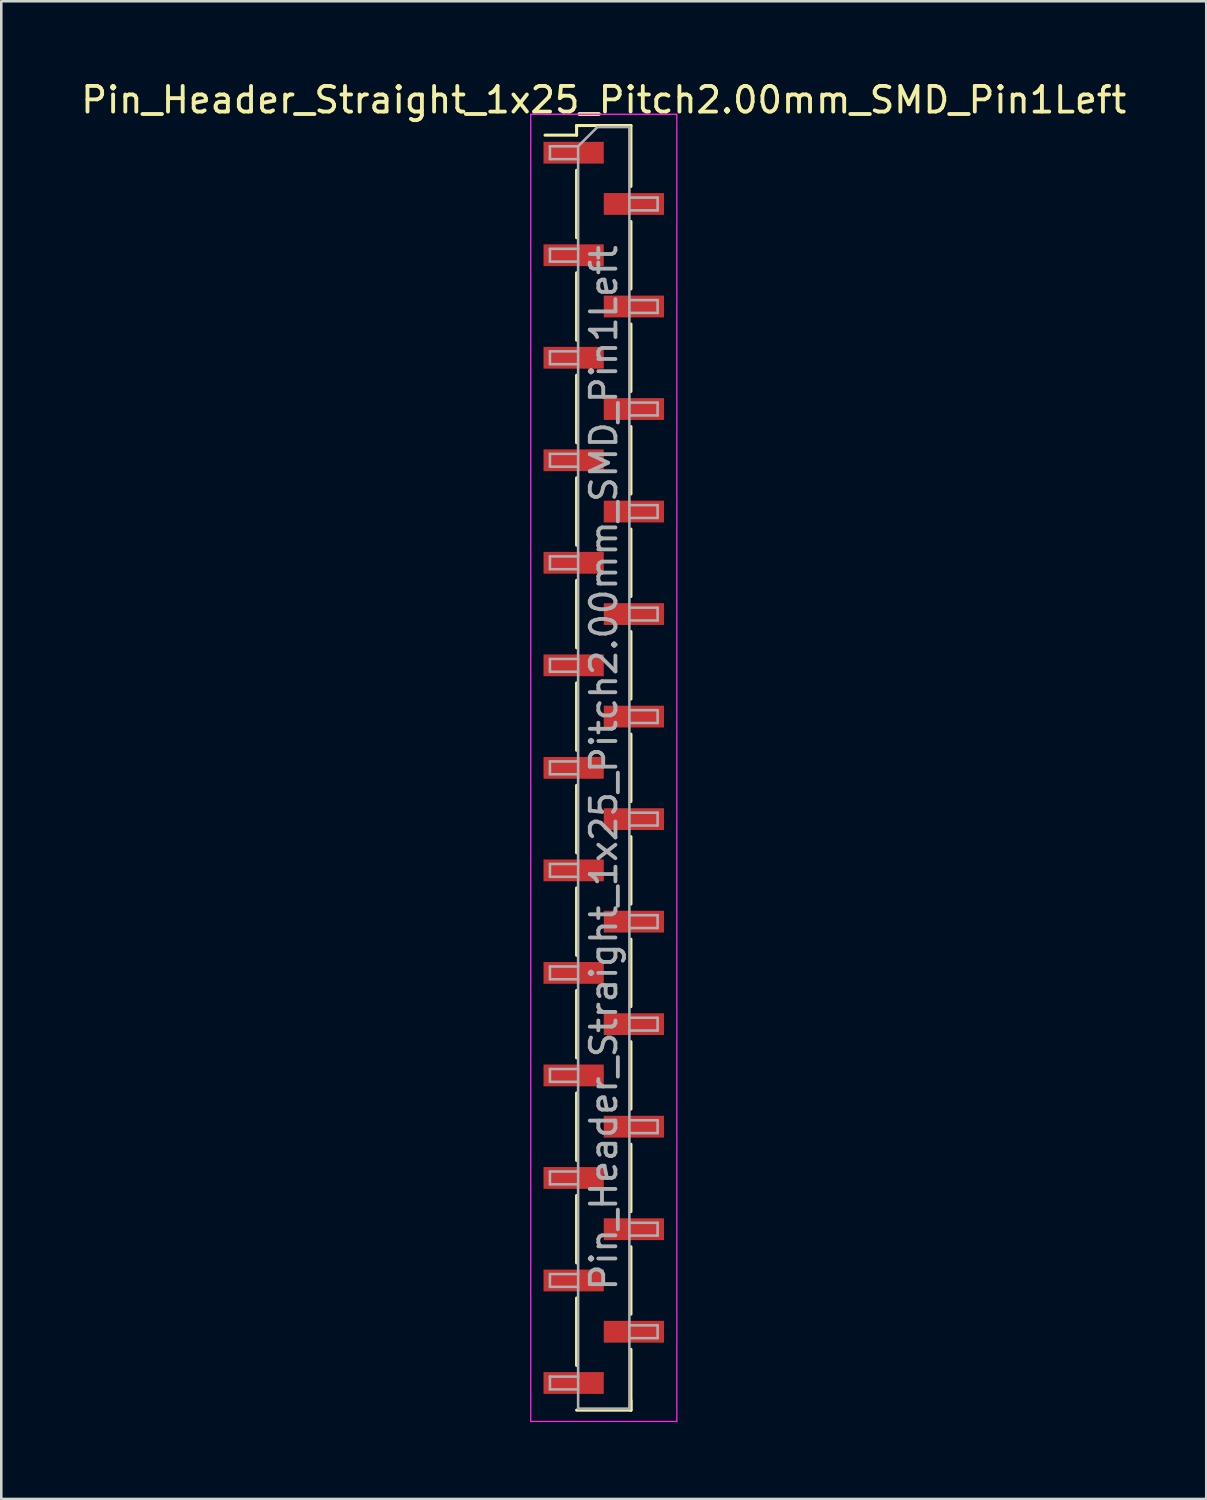
<source format=kicad_pcb>
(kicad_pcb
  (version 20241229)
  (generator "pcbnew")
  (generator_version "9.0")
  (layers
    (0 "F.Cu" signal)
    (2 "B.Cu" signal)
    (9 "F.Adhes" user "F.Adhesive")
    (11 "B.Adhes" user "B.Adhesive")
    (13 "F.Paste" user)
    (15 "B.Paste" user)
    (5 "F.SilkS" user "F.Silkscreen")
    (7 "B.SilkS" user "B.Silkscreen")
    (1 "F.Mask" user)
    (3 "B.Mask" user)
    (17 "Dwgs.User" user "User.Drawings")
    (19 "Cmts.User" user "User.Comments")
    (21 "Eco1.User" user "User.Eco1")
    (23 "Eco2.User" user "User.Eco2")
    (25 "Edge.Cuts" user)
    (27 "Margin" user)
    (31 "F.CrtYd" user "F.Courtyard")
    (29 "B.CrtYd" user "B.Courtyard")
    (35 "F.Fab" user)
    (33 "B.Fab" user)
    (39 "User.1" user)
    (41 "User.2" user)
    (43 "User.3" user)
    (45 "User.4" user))
  (footprint "Pin_Header_Straight_1x25_Pitch2.00mm_SMD_Pin1Left"
    (layer "F.Cu")
    (at 20.506 26.908)
    (property "Reference" "Pin_Header_Straight_1x25_Pitch2.00mm_SMD_Pin1Left" (at 0 -26.06 0) (layer "F.SilkS") (effects (font (size 1 1) (thickness 0.15))))
    (attr smd)
    (fp_line (start -1.06 -25.06) (end -1.06 -24.685) (stroke (width 0.12) (type solid)) (layer "F.SilkS"))
    (fp_line (start -1.06 -25.06) (end 1.06 -25.06) (stroke (width 0.12) (type solid)) (layer "F.SilkS"))
    (fp_line (start -1.06 -24.685) (end -2.29 -24.685) (stroke (width 0.12) (type solid)) (layer "F.SilkS"))
    (fp_line (start -1.06 -23.315) (end -1.06 -20.685) (stroke (width 0.12) (type solid)) (layer "F.SilkS"))
    (fp_line (start -1.06 -19.315) (end -1.06 -16.685) (stroke (width 0.12) (type solid)) (layer "F.SilkS"))
    (fp_line (start -1.06 -15.315) (end -1.06 -12.685) (stroke (width 0.12) (type solid)) (layer "F.SilkS"))
    (fp_line (start -1.06 -11.315) (end -1.06 -8.685) (stroke (width 0.12) (type solid)) (layer "F.SilkS"))
    (fp_line (start -1.06 -7.315) (end -1.06 -4.685) (stroke (width 0.12) (type solid)) (layer "F.SilkS"))
    (fp_line (start -1.06 -3.315) (end -1.06 -0.685) (stroke (width 0.12) (type solid)) (layer "F.SilkS"))
    (fp_line (start -1.06 0.685) (end -1.06 3.315) (stroke (width 0.12) (type solid)) (layer "F.SilkS"))
    (fp_line (start -1.06 4.685) (end -1.06 7.315) (stroke (width 0.12) (type solid)) (layer "F.SilkS"))
    (fp_line (start -1.06 8.685) (end -1.06 11.315) (stroke (width 0.12) (type solid)) (layer "F.SilkS"))
    (fp_line (start -1.06 12.685) (end -1.06 15.315) (stroke (width 0.12) (type solid)) (layer "F.SilkS"))
    (fp_line (start -1.06 16.685) (end -1.06 19.315) (stroke (width 0.12) (type solid)) (layer "F.SilkS"))
    (fp_line (start -1.06 20.685) (end -1.06 23.315) (stroke (width 0.12) (type solid)) (layer "F.SilkS"))
    (fp_line (start -1.06 25.06) (end 1.06 25.06) (stroke (width 0.12) (type solid)) (layer "F.SilkS"))
    (fp_line (start 1.06 -25.06) (end 1.06 -22.685) (stroke (width 0.12) (type solid)) (layer "F.SilkS"))
    (fp_line (start 1.06 -21.315) (end 1.06 -18.685) (stroke (width 0.12) (type solid)) (layer "F.SilkS"))
    (fp_line (start 1.06 -17.315) (end 1.06 -14.685) (stroke (width 0.12) (type solid)) (layer "F.SilkS"))
    (fp_line (start 1.06 -13.315) (end 1.06 -10.685) (stroke (width 0.12) (type solid)) (layer "F.SilkS"))
    (fp_line (start 1.06 -9.315) (end 1.06 -6.685) (stroke (width 0.12) (type solid)) (layer "F.SilkS"))
    (fp_line (start 1.06 -5.315) (end 1.06 -2.685) (stroke (width 0.12) (type solid)) (layer "F.SilkS"))
    (fp_line (start 1.06 -1.315) (end 1.06 1.315) (stroke (width 0.12) (type solid)) (layer "F.SilkS"))
    (fp_line (start 1.06 2.685) (end 1.06 5.315) (stroke (width 0.12) (type solid)) (layer "F.SilkS"))
    (fp_line (start 1.06 6.685) (end 1.06 9.315) (stroke (width 0.12) (type solid)) (layer "F.SilkS"))
    (fp_line (start 1.06 10.685) (end 1.06 13.315) (stroke (width 0.12) (type solid)) (layer "F.SilkS"))
    (fp_line (start 1.06 14.685) (end 1.06 17.315) (stroke (width 0.12) (type solid)) (layer "F.SilkS"))
    (fp_line (start 1.06 18.685) (end 1.06 21.315) (stroke (width 0.12) (type solid)) (layer "F.SilkS"))
    (fp_line (start 1.06 22.685) (end 1.06 25.06) (stroke (width 0.12) (type solid)) (layer "F.SilkS"))
    (fp_line (start 1.06 24.685) (end 1.06 25.06) (stroke (width 0.12) (type solid)) (layer "F.SilkS"))
    (fp_line (start -2.85 -25.5) (end -2.85 25.5) (stroke (width 0.05) (type solid)) (layer "F.CrtYd"))
    (fp_line (start -2.85 25.5) (end 2.85 25.5) (stroke (width 0.05) (type solid)) (layer "F.CrtYd"))
    (fp_line (start 2.85 -25.5) (end -2.85 -25.5) (stroke (width 0.05) (type solid)) (layer "F.CrtYd"))
    (fp_line (start 2.85 25.5) (end 2.85 -25.5) (stroke (width 0.05) (type solid)) (layer "F.CrtYd"))
    (fp_line (start -2.1 -24.25) (end -2.1 -23.75) (stroke (width 0.1) (type solid)) (layer "F.Fab"))
    (fp_line (start -2.1 -23.75) (end -1 -23.75) (stroke (width 0.1) (type solid)) (layer "F.Fab"))
    (fp_line (start -2.1 -20.25) (end -2.1 -19.75) (stroke (width 0.1) (type solid)) (layer "F.Fab"))
    (fp_line (start -2.1 -19.75) (end -1 -19.75) (stroke (width 0.1) (type solid)) (layer "F.Fab"))
    (fp_line (start -2.1 -16.25) (end -2.1 -15.75) (stroke (width 0.1) (type solid)) (layer "F.Fab"))
    (fp_line (start -2.1 -15.75) (end -1 -15.75) (stroke (width 0.1) (type solid)) (layer "F.Fab"))
    (fp_line (start -2.1 -12.25) (end -2.1 -11.75) (stroke (width 0.1) (type solid)) (layer "F.Fab"))
    (fp_line (start -2.1 -11.75) (end -1 -11.75) (stroke (width 0.1) (type solid)) (layer "F.Fab"))
    (fp_line (start -2.1 -8.25) (end -2.1 -7.75) (stroke (width 0.1) (type solid)) (layer "F.Fab"))
    (fp_line (start -2.1 -7.75) (end -1 -7.75) (stroke (width 0.1) (type solid)) (layer "F.Fab"))
    (fp_line (start -2.1 -4.25) (end -2.1 -3.75) (stroke (width 0.1) (type solid)) (layer "F.Fab"))
    (fp_line (start -2.1 -3.75) (end -1 -3.75) (stroke (width 0.1) (type solid)) (layer "F.Fab"))
    (fp_line (start -2.1 -0.25) (end -2.1 0.25) (stroke (width 0.1) (type solid)) (layer "F.Fab"))
    (fp_line (start -2.1 0.25) (end -1 0.25) (stroke (width 0.1) (type solid)) (layer "F.Fab"))
    (fp_line (start -2.1 3.75) (end -2.1 4.25) (stroke (width 0.1) (type solid)) (layer "F.Fab"))
    (fp_line (start -2.1 4.25) (end -1 4.25) (stroke (width 0.1) (type solid)) (layer "F.Fab"))
    (fp_line (start -2.1 7.75) (end -2.1 8.25) (stroke (width 0.1) (type solid)) (layer "F.Fab"))
    (fp_line (start -2.1 8.25) (end -1 8.25) (stroke (width 0.1) (type solid)) (layer "F.Fab"))
    (fp_line (start -2.1 11.75) (end -2.1 12.25) (stroke (width 0.1) (type solid)) (layer "F.Fab"))
    (fp_line (start -2.1 12.25) (end -1 12.25) (stroke (width 0.1) (type solid)) (layer "F.Fab"))
    (fp_line (start -2.1 15.75) (end -2.1 16.25) (stroke (width 0.1) (type solid)) (layer "F.Fab"))
    (fp_line (start -2.1 16.25) (end -1 16.25) (stroke (width 0.1) (type solid)) (layer "F.Fab"))
    (fp_line (start -2.1 19.75) (end -2.1 20.25) (stroke (width 0.1) (type solid)) (layer "F.Fab"))
    (fp_line (start -2.1 20.25) (end -1 20.25) (stroke (width 0.1) (type solid)) (layer "F.Fab"))
    (fp_line (start -2.1 23.75) (end -2.1 24.25) (stroke (width 0.1) (type solid)) (layer "F.Fab"))
    (fp_line (start -2.1 24.25) (end -1 24.25) (stroke (width 0.1) (type solid)) (layer "F.Fab"))
    (fp_line (start -1 -24.25) (end -2.1 -24.25) (stroke (width 0.1) (type solid)) (layer "F.Fab"))
    (fp_line (start -1 -24.25) (end -0.25 -25) (stroke (width 0.1) (type solid)) (layer "F.Fab"))
    (fp_line (start -1 -20.25) (end -2.1 -20.25) (stroke (width 0.1) (type solid)) (layer "F.Fab"))
    (fp_line (start -1 -16.25) (end -2.1 -16.25) (stroke (width 0.1) (type solid)) (layer "F.Fab"))
    (fp_line (start -1 -12.25) (end -2.1 -12.25) (stroke (width 0.1) (type solid)) (layer "F.Fab"))
    (fp_line (start -1 -8.25) (end -2.1 -8.25) (stroke (width 0.1) (type solid)) (layer "F.Fab"))
    (fp_line (start -1 -4.25) (end -2.1 -4.25) (stroke (width 0.1) (type solid)) (layer "F.Fab"))
    (fp_line (start -1 -0.25) (end -2.1 -0.25) (stroke (width 0.1) (type solid)) (layer "F.Fab"))
    (fp_line (start -1 3.75) (end -2.1 3.75) (stroke (width 0.1) (type solid)) (layer "F.Fab"))
    (fp_line (start -1 7.75) (end -2.1 7.75) (stroke (width 0.1) (type solid)) (layer "F.Fab"))
    (fp_line (start -1 11.75) (end -2.1 11.75) (stroke (width 0.1) (type solid)) (layer "F.Fab"))
    (fp_line (start -1 15.75) (end -2.1 15.75) (stroke (width 0.1) (type solid)) (layer "F.Fab"))
    (fp_line (start -1 19.75) (end -2.1 19.75) (stroke (width 0.1) (type solid)) (layer "F.Fab"))
    (fp_line (start -1 23.75) (end -2.1 23.75) (stroke (width 0.1) (type solid)) (layer "F.Fab"))
    (fp_line (start -1 25) (end -1 -24.25) (stroke (width 0.1) (type solid)) (layer "F.Fab"))
    (fp_line (start -0.25 -25) (end 1 -25) (stroke (width 0.1) (type solid)) (layer "F.Fab"))
    (fp_line (start 1 -25) (end 1 25) (stroke (width 0.1) (type solid)) (layer "F.Fab"))
    (fp_line (start 1 -22.25) (end 2.1 -22.25) (stroke (width 0.1) (type solid)) (layer "F.Fab"))
    (fp_line (start 1 -18.25) (end 2.1 -18.25) (stroke (width 0.1) (type solid)) (layer "F.Fab"))
    (fp_line (start 1 -14.25) (end 2.1 -14.25) (stroke (width 0.1) (type solid)) (layer "F.Fab"))
    (fp_line (start 1 -10.25) (end 2.1 -10.25) (stroke (width 0.1) (type solid)) (layer "F.Fab"))
    (fp_line (start 1 -6.25) (end 2.1 -6.25) (stroke (width 0.1) (type solid)) (layer "F.Fab"))
    (fp_line (start 1 -2.25) (end 2.1 -2.25) (stroke (width 0.1) (type solid)) (layer "F.Fab"))
    (fp_line (start 1 1.75) (end 2.1 1.75) (stroke (width 0.1) (type solid)) (layer "F.Fab"))
    (fp_line (start 1 5.75) (end 2.1 5.75) (stroke (width 0.1) (type solid)) (layer "F.Fab"))
    (fp_line (start 1 9.75) (end 2.1 9.75) (stroke (width 0.1) (type solid)) (layer "F.Fab"))
    (fp_line (start 1 13.75) (end 2.1 13.75) (stroke (width 0.1) (type solid)) (layer "F.Fab"))
    (fp_line (start 1 17.75) (end 2.1 17.75) (stroke (width 0.1) (type solid)) (layer "F.Fab"))
    (fp_line (start 1 21.75) (end 2.1 21.75) (stroke (width 0.1) (type solid)) (layer "F.Fab"))
    (fp_line (start 1 25) (end -1 25) (stroke (width 0.1) (type solid)) (layer "F.Fab"))
    (fp_line (start 2.1 -22.25) (end 2.1 -21.75) (stroke (width 0.1) (type solid)) (layer "F.Fab"))
    (fp_line (start 2.1 -21.75) (end 1 -21.75) (stroke (width 0.1) (type solid)) (layer "F.Fab"))
    (fp_line (start 2.1 -18.25) (end 2.1 -17.75) (stroke (width 0.1) (type solid)) (layer "F.Fab"))
    (fp_line (start 2.1 -17.75) (end 1 -17.75) (stroke (width 0.1) (type solid)) (layer "F.Fab"))
    (fp_line (start 2.1 -14.25) (end 2.1 -13.75) (stroke (width 0.1) (type solid)) (layer "F.Fab"))
    (fp_line (start 2.1 -13.75) (end 1 -13.75) (stroke (width 0.1) (type solid)) (layer "F.Fab"))
    (fp_line (start 2.1 -10.25) (end 2.1 -9.75) (stroke (width 0.1) (type solid)) (layer "F.Fab"))
    (fp_line (start 2.1 -9.75) (end 1 -9.75) (stroke (width 0.1) (type solid)) (layer "F.Fab"))
    (fp_line (start 2.1 -6.25) (end 2.1 -5.75) (stroke (width 0.1) (type solid)) (layer "F.Fab"))
    (fp_line (start 2.1 -5.75) (end 1 -5.75) (stroke (width 0.1) (type solid)) (layer "F.Fab"))
    (fp_line (start 2.1 -2.25) (end 2.1 -1.75) (stroke (width 0.1) (type solid)) (layer "F.Fab"))
    (fp_line (start 2.1 -1.75) (end 1 -1.75) (stroke (width 0.1) (type solid)) (layer "F.Fab"))
    (fp_line (start 2.1 1.75) (end 2.1 2.25) (stroke (width 0.1) (type solid)) (layer "F.Fab"))
    (fp_line (start 2.1 2.25) (end 1 2.25) (stroke (width 0.1) (type solid)) (layer "F.Fab"))
    (fp_line (start 2.1 5.75) (end 2.1 6.25) (stroke (width 0.1) (type solid)) (layer "F.Fab"))
    (fp_line (start 2.1 6.25) (end 1 6.25) (stroke (width 0.1) (type solid)) (layer "F.Fab"))
    (fp_line (start 2.1 9.75) (end 2.1 10.25) (stroke (width 0.1) (type solid)) (layer "F.Fab"))
    (fp_line (start 2.1 10.25) (end 1 10.25) (stroke (width 0.1) (type solid)) (layer "F.Fab"))
    (fp_line (start 2.1 13.75) (end 2.1 14.25) (stroke (width 0.1) (type solid)) (layer "F.Fab"))
    (fp_line (start 2.1 14.25) (end 1 14.25) (stroke (width 0.1) (type solid)) (layer "F.Fab"))
    (fp_line (start 2.1 17.75) (end 2.1 18.25) (stroke (width 0.1) (type solid)) (layer "F.Fab"))
    (fp_line (start 2.1 18.25) (end 1 18.25) (stroke (width 0.1) (type solid)) (layer "F.Fab"))
    (fp_line (start 2.1 21.75) (end 2.1 22.25) (stroke (width 0.1) (type solid)) (layer "F.Fab"))
    (fp_line (start 2.1 22.25) (end 1 22.25) (stroke (width 0.1) (type solid)) (layer "F.Fab"))
    (fp_text user "${REFERENCE}" (at 0 0 90) (layer "F.Fab") (effects (font (size 1 1) (thickness 0.15))))
    (pad "1" smd rect (at -1.175 -24) (size 2.35 0.85) (layers "F.Cu" "F.Mask" "F.Paste"))
    (pad "2" smd rect (at 1.175 -22) (size 2.35 0.85) (layers "F.Cu" "F.Mask" "F.Paste"))
    (pad "3" smd rect (at -1.175 -20) (size 2.35 0.85) (layers "F.Cu" "F.Mask" "F.Paste"))
    (pad "4" smd rect (at 1.175 -18) (size 2.35 0.85) (layers "F.Cu" "F.Mask" "F.Paste"))
    (pad "5" smd rect (at -1.175 -16) (size 2.35 0.85) (layers "F.Cu" "F.Mask" "F.Paste"))
    (pad "6" smd rect (at 1.175 -14) (size 2.35 0.85) (layers "F.Cu" "F.Mask" "F.Paste"))
    (pad "7" smd rect (at -1.175 -12) (size 2.35 0.85) (layers "F.Cu" "F.Mask" "F.Paste"))
    (pad "8" smd rect (at 1.175 -10) (size 2.35 0.85) (layers "F.Cu" "F.Mask" "F.Paste"))
    (pad "9" smd rect (at -1.175 -8) (size 2.35 0.85) (layers "F.Cu" "F.Mask" "F.Paste"))
    (pad "10" smd rect (at 1.175 -6) (size 2.35 0.85) (layers "F.Cu" "F.Mask" "F.Paste"))
    (pad "11" smd rect (at -1.175 -4) (size 2.35 0.85) (layers "F.Cu" "F.Mask" "F.Paste"))
    (pad "12" smd rect (at 1.175 -2) (size 2.35 0.85) (layers "F.Cu" "F.Mask" "F.Paste"))
    (pad "13" smd rect (at -1.175 0) (size 2.35 0.85) (layers "F.Cu" "F.Mask" "F.Paste"))
    (pad "14" smd rect (at 1.175 2) (size 2.35 0.85) (layers "F.Cu" "F.Mask" "F.Paste"))
    (pad "15" smd rect (at -1.175 4) (size 2.35 0.85) (layers "F.Cu" "F.Mask" "F.Paste"))
    (pad "16" smd rect (at 1.175 6) (size 2.35 0.85) (layers "F.Cu" "F.Mask" "F.Paste"))
    (pad "17" smd rect (at -1.175 8) (size 2.35 0.85) (layers "F.Cu" "F.Mask" "F.Paste"))
    (pad "18" smd rect (at 1.175 10) (size 2.35 0.85) (layers "F.Cu" "F.Mask" "F.Paste"))
    (pad "19" smd rect (at -1.175 12) (size 2.35 0.85) (layers "F.Cu" "F.Mask" "F.Paste"))
    (pad "20" smd rect (at 1.175 14) (size 2.35 0.85) (layers "F.Cu" "F.Mask" "F.Paste"))
    (pad "21" smd rect (at -1.175 16) (size 2.35 0.85) (layers "F.Cu" "F.Mask" "F.Paste"))
    (pad "22" smd rect (at 1.175 18) (size 2.35 0.85) (layers "F.Cu" "F.Mask" "F.Paste"))
    (pad "23" smd rect (at -1.175 20) (size 2.35 0.85) (layers "F.Cu" "F.Mask" "F.Paste"))
    (pad "24" smd rect (at 1.175 22) (size 2.35 0.85) (layers "F.Cu" "F.Mask" "F.Paste"))
    (pad "25" smd rect (at -1.175 24) (size 2.35 0.85) (layers "F.Cu" "F.Mask" "F.Paste")))
  (gr_rect
    (start -3 -3)
    (end 44.012 55.433)
    (stroke (width 0.1) (type default))
    (fill no)
    (layer "Edge.Cuts")))
</source>
